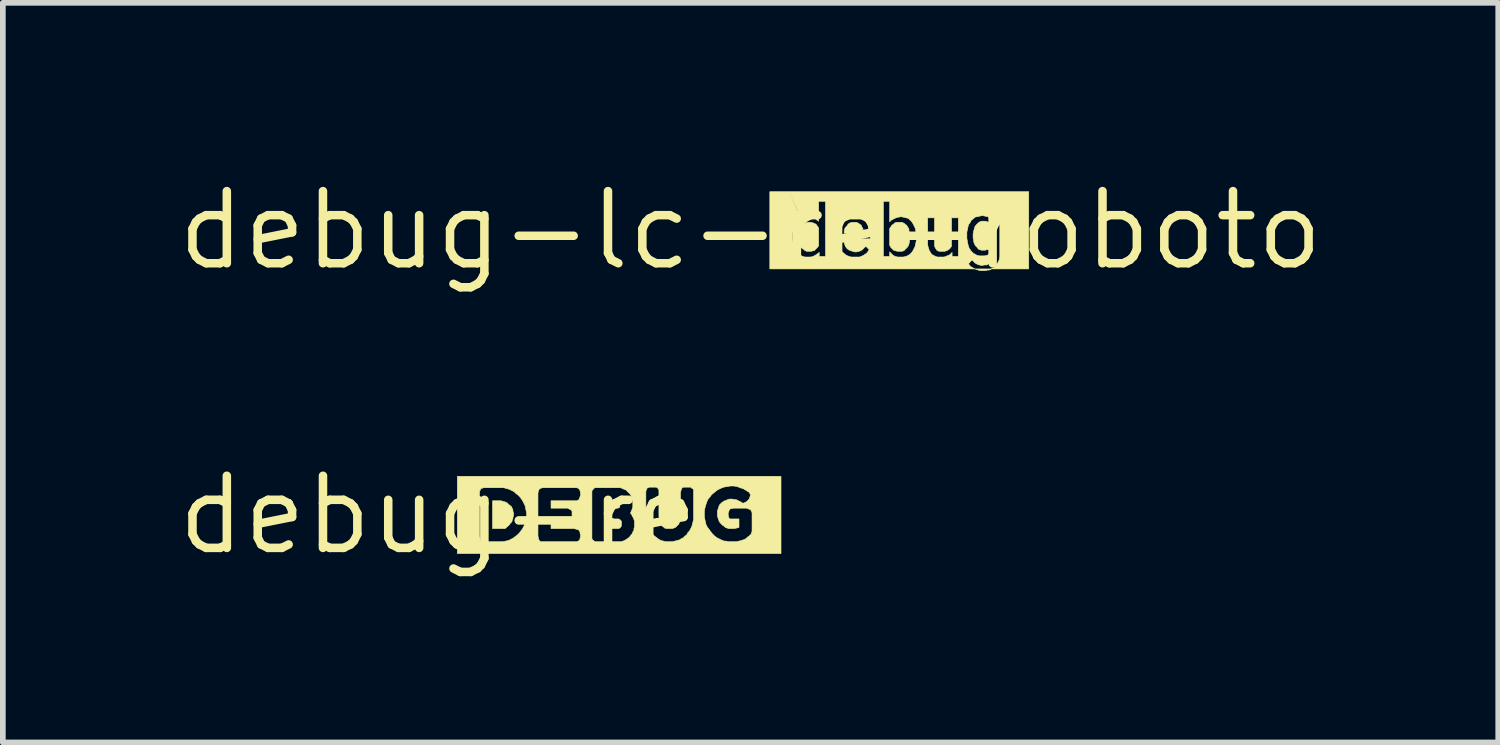
<source format=kicad_pcb>
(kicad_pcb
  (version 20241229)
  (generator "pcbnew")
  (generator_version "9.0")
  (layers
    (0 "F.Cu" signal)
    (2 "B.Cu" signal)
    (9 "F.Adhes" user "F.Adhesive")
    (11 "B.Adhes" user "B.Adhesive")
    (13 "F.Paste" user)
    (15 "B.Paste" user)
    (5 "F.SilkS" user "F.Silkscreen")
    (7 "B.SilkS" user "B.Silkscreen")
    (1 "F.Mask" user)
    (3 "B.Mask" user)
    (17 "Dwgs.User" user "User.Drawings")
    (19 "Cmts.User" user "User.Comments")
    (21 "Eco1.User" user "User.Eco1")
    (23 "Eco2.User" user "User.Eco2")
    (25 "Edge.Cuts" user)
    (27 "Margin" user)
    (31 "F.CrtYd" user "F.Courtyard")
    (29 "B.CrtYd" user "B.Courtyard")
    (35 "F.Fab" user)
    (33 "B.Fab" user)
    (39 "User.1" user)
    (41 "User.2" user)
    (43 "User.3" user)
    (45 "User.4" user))
  (footprint "debug-lc-re-roboto"
    (layer "F.Cu")
    (at 10.167 1.006)
    (property "Reference" "debug-lc-re-roboto" (at 0 0 0) (layer "F.SilkS") (effects (font (size 1.27 1.27) (thickness 0.15))))
    (attr board_only exclude_from_pos_files exclude_from_bom)
    (fp_poly (pts (xy 1.82 -0.14) (xy 1.79 -0.14) (xy 1.75 -0.13) (xy 1.72 -0.11) (xy 1.7 -0.08) (xy 1.68 -0.06) (xy 1.66 -0.03) (xy 1.65 0.01) (xy 1.65 0.05) (xy 1.98 0.05) (xy 1.98 0.01) (xy 1.98 -0.03) (xy 1.96 -0.06) (xy 1.95 -0.09) (xy 1.92 -0.11) (xy 1.89 -0.13) (xy 1.86 -0.14) (xy 1.82 -0.14)) (stroke (width 0.01) (type solid)) (fill yes) (layer "F.SilkS"))
    (fp_poly (pts (xy 0.85 0.12) (xy 0.85 0.16) (xy 0.86 0.19) (xy 0.86 0.22) (xy 0.87 0.25) (xy 0.88 0.27) (xy 0.89 0.3) (xy 0.91 0.32) (xy 0.93 0.33) (xy 0.95 0.35) (xy 0.97 0.36) (xy 0.99 0.37) (xy 1.01 0.37) (xy 1.04 0.37) (xy 1.07 0.37) (xy 1.1 0.36) (xy 1.12 0.36) (xy 1.14 0.34) (xy 1.16 0.32) (xy 1.18 0.3) (xy 1.2 0.27) (xy 1.2 -0.04) (xy 1.18 -0.07) (xy 1.16 -0.1) (xy 1.13 -0.12) (xy 1.1 -0.13) (xy 1.07 -0.14) (xy 1.03 -0.14) (xy 1 -0.14) (xy 0.97 -0.13) (xy 0.94 -0.11) (xy 0.92 -0.09) (xy 0.9 -0.07) (xy 0.88 -0.04) (xy 0.87 0) (xy 0.86 0.03) (xy 0.86 0.08) (xy 0.85 0.12)) (stroke (width 0.01) (type solid)) (fill yes) (layer "F.SilkS"))
    (fp_poly (pts (xy 2.8 0.11) (xy 2.8 0.07) (xy 2.8 0.04) (xy 2.79 0.01) (xy 2.79 -0.02) (xy 2.78 -0.04) (xy 2.76 -0.07) (xy 2.75 -0.09) (xy 2.73 -0.1) (xy 2.71 -0.12) (xy 2.69 -0.13) (xy 2.67 -0.14) (xy 2.65 -0.14) (xy 2.62 -0.14) (xy 2.59 -0.14) (xy 2.57 -0.14) (xy 2.54 -0.13) (xy 2.52 -0.11) (xy 2.49 -0.09) (xy 2.47 -0.06) (xy 2.45 -0.03) (xy 2.45 0.26) (xy 2.47 0.3) (xy 2.49 0.32) (xy 2.52 0.35) (xy 2.55 0.36) (xy 2.59 0.37) (xy 2.62 0.37) (xy 2.66 0.37) (xy 2.7 0.36) (xy 2.72 0.34) (xy 2.74 0.32) (xy 2.76 0.3) (xy 2.78 0.27) (xy 2.79 0.24) (xy 2.8 0.2) (xy 2.8 0.16) (xy 2.8 0.11)) (stroke (width 0.01) (type solid)) (fill yes) (layer "F.SilkS"))
    (fp_poly (pts (xy 3.92 0.1) (xy 3.92 0.14) (xy 3.93 0.17) (xy 3.93 0.2) (xy 3.94 0.23) (xy 3.95 0.25) (xy 3.96 0.27) (xy 3.98 0.29) (xy 4 0.31) (xy 4.01 0.33) (xy 4.04 0.34) (xy 4.06 0.35) (xy 4.08 0.35) (xy 4.11 0.35) (xy 4.14 0.35) (xy 4.16 0.34) (xy 4.19 0.34) (xy 4.21 0.32) (xy 4.23 0.3) (xy 4.25 0.28) (xy 4.27 0.25) (xy 4.27 -0.06) (xy 4.25 -0.09) (xy 4.23 -0.12) (xy 4.2 -0.14) (xy 4.17 -0.15) (xy 4.14 -0.16) (xy 4.1 -0.16) (xy 4.07 -0.16) (xy 4.04 -0.15) (xy 4.01 -0.13) (xy 3.99 -0.11) (xy 3.97 -0.09) (xy 3.95 -0.06) (xy 3.94 -0.02) (xy 3.93 0.01) (xy 3.92 0.06) (xy 3.92 0.1)) (stroke (width 0.01) (type solid)) (fill yes) (layer "F.SilkS"))
    (fp_poly (pts (xy 0.68 -0.68) (xy 0.34 -0.68) (xy 0.34 0.68) (xy 4.9 0.68) (xy 4.9 -0.68) (xy 0.68 -0.68) (xy 0.89 -0.21) (xy 0.92 -0.22) (xy 0.97 -0.23) (xy 1.01 -0.24) (xy 1.06 -0.23) (xy 1.1 -0.22) (xy 1.14 -0.21) (xy 1.17 -0.18) (xy 1.2 -0.16) (xy 1.2 -0.51) (xy 1.32 -0.51) (xy 1.32 0.46) (xy 1.56 0.31) (xy 1.55 0.28) (xy 1.54 0.25) (xy 1.53 0.22) (xy 1.53 0.19) (xy 1.52 0.15) (xy 1.52 0.1) (xy 1.53 0.07) (xy 1.53 0.03) (xy 1.54 0) (xy 1.55 -0.03) (xy 1.56 -0.07) (xy 1.58 -0.1) (xy 1.59 -0.12) (xy 1.61 -0.15) (xy 1.64 -0.17) (xy 1.66 -0.19) (xy 1.69 -0.2) (xy 1.72 -0.22) (xy 1.75 -0.23) (xy 1.78 -0.23) (xy 1.81 -0.24) (xy 1.84 -0.24) (xy 1.88 -0.23) (xy 1.91 -0.23) (xy 1.93 -0.22) (xy 1.96 -0.21) (xy 1.98 -0.19) (xy 2 -0.18) (xy 2.02 -0.16) (xy 2.04 -0.14) (xy 2.06 -0.11) (xy 2.07 -0.09) (xy 2.08 -0.06) (xy 2.09 -0.03) (xy 2.1 0.01) (xy 2.1 0.04) (xy 2.11 0.08) (xy 2.11 0.15) (xy 1.64 0.15) (xy 1.64 0.19) (xy 1.65 0.22) (xy 1.66 0.25) (xy 1.67 0.28) (xy 1.69 0.31) (xy 1.71 0.33) (xy 1.74 0.35) (xy 1.77 0.36) (xy 1.8 0.37) (xy 1.83 0.38) (xy 1.87 0.38) (xy 1.91 0.37) (xy 1.94 0.36) (xy 1.97 0.34) (xy 2 0.31) (xy 2.03 0.28) (xy 2.09 0.34) (xy 2.34 0.46) (xy 2.34 -0.51) (xy 2.45 -0.51) (xy 2.45 -0.15) (xy 2.48 -0.18) (xy 2.52 -0.2) (xy 2.56 -0.22) (xy 2.6 -0.23) (xy 2.65 -0.24) (xy 2.7 -0.23) (xy 2.74 -0.22) (xy 2.78 -0.21) (xy 2.81 -0.18) (xy 2.84 -0.15) (xy 2.86 -0.12) (xy 2.88 -0.08) (xy 2.9 -0.04) (xy 2.91 0.01) (xy 2.92 0.06) (xy 2.92 0.12) (xy 2.92 0.18) (xy 2.91 0.23) (xy 3.12 0.26) (xy 3.12 -0.22) (xy 3.24 -0.22) (xy 3.24 0.22) (xy 3.24 0.25) (xy 3.24 0.27) (xy 3.25 0.3) (xy 3.26 0.32) (xy 3.27 0.33) (xy 3.28 0.35) (xy 3.3 0.36) (xy 3.32 0.37) (xy 3.34 0.37) (xy 3.37 0.37) (xy 3.4 0.37) (xy 3.42 0.37) (xy 3.45 0.36) (xy 3.47 0.35) (xy 3.49 0.34) (xy 3.51 0.32) (xy 3.52 0.31) (xy 3.54 0.28) (xy 3.54 0.27) (xy 3.54 -0.22) (xy 3.66 -0.22) (xy 3.84 -0.1) (xy 3.87 -0.14) (xy 3.89 -0.18) (xy 3.92 -0.2) (xy 3.95 -0.23) (xy 3.99 -0.24) (xy 4.04 -0.25) (xy 4.08 -0.26) (xy 4.13 -0.25) (xy 4.18 -0.24) (xy 4.21 -0.22) (xy 4.25 -0.2) (xy 4.27 -0.17) (xy 4.28 -0.24) (xy 4.39 -0.24) (xy 4.39 0.43) (xy 4.39 0.46) (xy 4.38 0.52) (xy 4.37 0.54) (xy 4.36 0.56) (xy 4.35 0.58) (xy 4.33 0.6) (xy 4.32 0.62) (xy 4.3 0.64) (xy 4.28 0.66) (xy 4.25 0.67) (xy 4.23 0.69) (xy 4.2 0.7) (xy 4.17 0.7) (xy 4.14 0.71) (xy 4.11 0.71) (xy 4.08 0.71) (xy 4.05 0.71) (xy 4.01 0.7) (xy 3.98 0.69) (xy 3.95 0.68) (xy 3.93 0.67) (xy 3.9 0.65) (xy 3.88 0.64) (xy 3.86 0.62) (xy 3.84 0.59) (xy 3.9 0.52) (xy 3.93 0.55) (xy 3.96 0.58) (xy 4 0.6) (xy 4.03 0.61) (xy 4.07 0.62) (xy 4.12 0.61) (xy 4.16 0.61) (xy 4.19 0.59) (xy 4.21 0.58) (xy 4.23 0.56) (xy 4.24 0.54) (xy 4.26 0.51) (xy 4.26 0.49) (xy 4.27 0.46) (xy 4.27 0.37) (xy 4.24 0.4) (xy 4.2 0.42) (xy 4.17 0.44) (xy 4.12 0.45) (xy 4.08 0.45) (xy 4.03 0.45) (xy 3.99 0.44) (xy 3.95 0.42) (xy 3.92 0.4) (xy 3.89 0.37) (xy 3.86 0.33) (xy 3.84 0.29) (xy 3.83 0.25) (xy 3.82 0.2) (xy 3.81 0.14) (xy 3.81 0.09) (xy 3.81 0.03) (xy 3.82 -0.01) (xy 3.83 -0.06) (xy 3.84 -0.1) (xy 3.66 -0.22) (xy 3.66 0.46) (xy 3.55 0.46) (xy 3.55 0.39) (xy 3.53 0.41) (xy 3.51 0.43) (xy 3.49 0.44) (xy 3.46 0.45) (xy 3.44 0.46) (xy 3.41 0.47) (xy 3.38 0.47) (xy 3.34 0.47) (xy 3.32 0.47) (xy 3.29 0.47) (xy 3.26 0.46) (xy 3.24 0.45) (xy 3.22 0.44) (xy 3.2 0.43) (xy 3.18 0.41) (xy 3.17 0.39) (xy 3.15 0.36) (xy 3.14 0.33) (xy 3.13 0.3) (xy 3.12 0.26) (xy 2.91 0.23) (xy 2.9 0.28) (xy 2.88 0.32) (xy 2.86 0.36) (xy 2.84 0.39) (xy 2.81 0.42) (xy 2.78 0.44) (xy 2.76 0.45) (xy 2.74 0.46) (xy 2.69 0.47) (xy 2.64 0.47) (xy 2.59 0.47) (xy 2.55 0.46) (xy 2.51 0.44) (xy 2.48 0.41) (xy 2.45 0.38) (xy 2.45 0.46) (xy 2.34 0.46) (xy 2.09 0.34) (xy 2.07 0.37) (xy 2.05 0.4) (xy 2.02 0.42) (xy 1.99 0.44) (xy 1.95 0.46) (xy 1.92 0.47) (xy 1.88 0.47) (xy 1.84 0.47) (xy 1.8 0.47) (xy 1.77 0.47) (xy 1.74 0.46) (xy 1.71 0.45) (xy 1.69 0.44) (xy 1.66 0.42) (xy 1.64 0.4) (xy 1.61 0.38) (xy 1.59 0.36) (xy 1.58 0.34) (xy 1.56 0.31) (xy 1.32 0.46) (xy 1.21 0.46) (xy 1.21 0.39) (xy 1.17 0.42) (xy 1.14 0.44) (xy 1.1 0.46) (xy 1.06 0.47) (xy 1.01 0.47) (xy 0.96 0.47) (xy 0.92 0.46) (xy 0.88 0.44) (xy 0.85 0.42) (xy 0.82 0.39) (xy 0.79 0.35) (xy 0.77 0.31) (xy 0.76 0.26) (xy 0.75 0.22) (xy 0.74 0.16) (xy 0.74 0.11) (xy 0.74 0.06) (xy 0.75 0.01) (xy 0.76 -0.04) (xy 0.78 -0.08) (xy 0.8 -0.12) (xy 0.82 -0.15) (xy 0.85 -0.18) (xy 0.88 -0.21) (xy 0.68 -0.68)) (stroke (width 0.01) (type solid)) (fill yes) (layer "F.SilkS")))
  (footprint "debug-re"
    (layer "F.Cu")
    (at 4.664 6.019)
    (property "Reference" "debug-re" (at 0 0 0) (layer "F.SilkS") (effects (font (size 1.27 1.27) (thickness 0.15))))
    (attr board_only exclude_from_pos_files exclude_from_bom)
    (fp_poly (pts (xy 1.18 0.24) (xy 1.26 0.17) (xy 1.27 0.15) (xy 1.3 0.12) (xy 1.31 0.08) (xy 1.32 0.06) (xy 1.32 0.04) (xy 1.33 0.01) (xy 1.33 -0.01) (xy 1.33 -0.04) (xy 1.32 -0.06) (xy 1.32 -0.08) (xy 1.31 -0.11) (xy 1.3 -0.13) (xy 1.29 -0.15) (xy 1.25 -0.18) (xy 1.22 -0.21) (xy 1.2 -0.22) (xy 1.18 -0.23) (xy 1.14 -0.24) (xy 1.11 -0.25) (xy 0.96 -0.25) (xy 0.96 0.24) (xy 1.18 0.24)) (stroke (width 0.01) (type solid)) (fill yes) (layer "F.SilkS"))
    (fp_poly (pts (xy 3.23 0.16) (xy 3.23 0.13) (xy 3.23 0.11) (xy 3.22 0.1) (xy 3.21 0.09) (xy 3.2 0.08) (xy 3.18 0.07) (xy 3.15 0.07) (xy 3.1 0.07) (xy 3.08 0.06) (xy 3.07 0.06) (xy 3.05 0.05) (xy 3.05 0.04) (xy 3.04 0.02) (xy 3.04 0) (xy 3.03 -0.03) (xy 3.04 -0.06) (xy 3.05 -0.08) (xy 3.06 -0.1) (xy 3.07 -0.11) (xy 3.09 -0.11) (xy 3.12 -0.11) (xy 3.15 -0.12) (xy 3.17 -0.12) (xy 3.19 -0.13) (xy 3.2 -0.14) (xy 3.2 -0.2) (xy 3.2 -0.21) (xy 3.19 -0.23) (xy 3.19 -0.24) (xy 3.17 -0.24) (xy 3.16 -0.25) (xy 3.14 -0.25) (xy 2.94 -0.25) (xy 2.94 0.24) (xy 3.15 0.24) (xy 3.18 0.24) (xy 3.2 0.23) (xy 3.21 0.22) (xy 3.22 0.21) (xy 3.23 0.19) (xy 3.23 0.16)) (stroke (width 0.01) (type solid)) (fill yes) (layer "F.SilkS"))
    (fp_poly (pts (xy 0.68 -0.68) (xy 0.34 -0.68) (xy 0.34 0.68) (xy 6.04 0.68) (xy 6.04 -0.68) (xy 0.68 -0.68) (xy 0.76 -0.47) (xy 0.78 -0.47) (xy 0.8 -0.48) (xy 0.85 -0.48) (xy 1.09 -0.48) (xy 1.12 -0.48) (xy 1.16 -0.48) (xy 1.19 -0.47) (xy 1.23 -0.46) (xy 1.26 -0.45) (xy 1.3 -0.43) (xy 1.34 -0.41) (xy 1.37 -0.38) (xy 1.41 -0.35) (xy 1.44 -0.32) (xy 1.47 -0.28) (xy 1.49 -0.25) (xy 1.51 -0.21) (xy 1.76 -0.37) (xy 1.76 -0.39) (xy 1.77 -0.42) (xy 1.77 -0.43) (xy 1.78 -0.45) (xy 1.79 -0.46) (xy 1.81 -0.47) (xy 1.84 -0.48) (xy 1.87 -0.48) (xy 2.4 -0.48) (xy 2.44 -0.48) (xy 2.47 -0.47) (xy 2.48 -0.46) (xy 2.49 -0.45) (xy 2.5 -0.43) (xy 2.51 -0.39) (xy 2.51 -0.35) (xy 2.5 -0.32) (xy 2.49 -0.29) (xy 2.48 -0.27) (xy 2.47 -0.26) (xy 2.44 -0.25) (xy 2.4 -0.25) (xy 1.99 -0.25) (xy 1.99 -0.12) (xy 2.29 -0.12) (xy 2.3 -0.11) (xy 2.34 -0.09) (xy 2.35 -0.08) (xy 2.36 -0.06) (xy 2.36 -0.04) (xy 2.36 0) (xy 2.36 0.02) (xy 2.36 0.04) (xy 2.35 0.06) (xy 2.35 0.07) (xy 2.34 0.09) (xy 2.33 0.09) (xy 2.29 0.11) (xy 2.27 0.11) (xy 2.25 0.12) (xy 1.99 0.12) (xy 1.99 0.24) (xy 2.4 0.24) (xy 2.43 0.25) (xy 2.47 0.26) (xy 2.48 0.27) (xy 2.49 0.28) (xy 2.5 0.3) (xy 2.5 0.32) (xy 2.51 0.35) (xy 2.71 0.37) (xy 2.71 -0.41) (xy 2.71 -0.42) (xy 2.72 -0.44) (xy 2.73 -0.45) (xy 2.74 -0.46) (xy 2.75 -0.47) (xy 2.76 -0.48) (xy 2.81 -0.48) (xy 3.17 -0.48) (xy 3.21 -0.48) (xy 3.24 -0.47) (xy 3.28 -0.45) (xy 3.31 -0.44) (xy 3.33 -0.42) (xy 3.35 -0.4) (xy 3.39 -0.36) (xy 3.4 -0.33) (xy 3.41 -0.31) (xy 3.42 -0.28) (xy 3.43 -0.25) (xy 3.43 -0.23) (xy 3.43 -0.2) (xy 3.43 -0.17) (xy 3.43 -0.14) (xy 3.42 -0.11) (xy 3.41 -0.08) (xy 3.4 -0.06) (xy 3.39 -0.03) (xy 3.41 -0.01) (xy 3.42 0.02) (xy 3.44 0.05) (xy 3.45 0.08) (xy 3.46 0.11) (xy 3.67 0.1) (xy 3.66 0.03) (xy 3.66 -0.42) (xy 3.67 -0.44) (xy 3.67 -0.45) (xy 3.68 -0.47) (xy 3.7 -0.48) (xy 3.72 -0.49) (xy 3.76 -0.49) (xy 3.81 -0.49) (xy 3.84 -0.49) (xy 3.86 -0.48) (xy 3.88 -0.46) (xy 3.89 -0.43) (xy 3.89 -0.39) (xy 3.89 0.02) (xy 3.9 0.06) (xy 3.91 0.1) (xy 3.92 0.13) (xy 3.94 0.18) (xy 3.95 0.2) (xy 3.97 0.21) (xy 3.99 0.23) (xy 4.03 0.24) (xy 4.06 0.24) (xy 4.1 0.24) (xy 4.13 0.24) (xy 4.15 0.23) (xy 4.18 0.22) (xy 4.2 0.2) (xy 4.22 0.18) (xy 4.24 0.16) (xy 4.25 0.13) (xy 4.26 0.09) (xy 4.27 0.06) (xy 4.27 0.02) (xy 4.27 -0.4) (xy 4.28 -0.43) (xy 4.28 -0.44) (xy 4.3 -0.48) (xy 4.33 -0.49) (xy 4.36 -0.49) (xy 4.4 -0.49) (xy 4.43 -0.49) (xy 4.45 -0.49) (xy 4.47 -0.47) (xy 4.49 -0.46) (xy 4.5 -0.45) (xy 4.5 -0.42) (xy 4.5 -0.39) (xy 4.5 0.04) (xy 4.69 0.03) (xy 4.69 -0.02) (xy 4.69 -0.07) (xy 4.7 -0.12) (xy 4.71 -0.16) (xy 4.73 -0.22) (xy 4.75 -0.27) (xy 4.79 -0.32) (xy 4.82 -0.36) (xy 4.87 -0.4) (xy 4.92 -0.44) (xy 4.98 -0.47) (xy 5.03 -0.49) (xy 5.09 -0.5) (xy 5.15 -0.51) (xy 5.21 -0.51) (xy 5.27 -0.5) (xy 5.32 -0.48) (xy 5.38 -0.46) (xy 5.43 -0.43) (xy 5.46 -0.41) (xy 5.48 -0.4) (xy 5.49 -0.38) (xy 5.5 -0.36) (xy 5.5 -0.34) (xy 5.49 -0.31) (xy 5.48 -0.28) (xy 5.46 -0.26) (xy 5.43 -0.23) (xy 5.4 -0.22) (xy 5.39 -0.21) (xy 5.38 -0.21) (xy 5.36 -0.21) (xy 5.33 -0.23) (xy 5.27 -0.26) (xy 5.25 -0.27) (xy 5.23 -0.27) (xy 5.18 -0.28) (xy 5.13 -0.28) (xy 5.1 -0.27) (xy 5.08 -0.26) (xy 5.05 -0.25) (xy 5.03 -0.24) (xy 5 -0.22) (xy 4.98 -0.2) (xy 4.96 -0.18) (xy 4.95 -0.16) (xy 4.94 -0.13) (xy 4.93 -0.1) (xy 4.92 -0.07) (xy 4.92 -0.04) (xy 4.92 -0.01) (xy 4.92 0.02) (xy 4.93 0.05) (xy 4.94 0.08) (xy 4.95 0.11) (xy 4.97 0.14) (xy 4.99 0.16) (xy 5.01 0.18) (xy 5.04 0.2) (xy 5.06 0.22) (xy 5.09 0.23) (xy 5.12 0.24) (xy 5.16 0.24) (xy 5.21 0.24) (xy 5.26 0.23) (xy 5.3 0.22) (xy 5.3 0.07) (xy 5.19 0.07) (xy 5.16 0.07) (xy 5.14 0.07) (xy 5.13 0.06) (xy 5.12 0.05) (xy 5.12 0.04) (xy 5.11 0.01) (xy 5.11 -0.04) (xy 5.12 -0.06) (xy 5.13 -0.09) (xy 5.14 -0.1) (xy 5.15 -0.11) (xy 5.17 -0.11) (xy 5.2 -0.12) (xy 5.43 -0.12) (xy 5.46 -0.11) (xy 5.48 -0.1) (xy 5.5 -0.1) (xy 5.51 -0.08) (xy 5.52 -0.07) (xy 5.52 -0.06) (xy 5.53 -0.04) (xy 5.53 -0.02) (xy 5.53 0.29) (xy 5.52 0.31) (xy 5.52 0.33) (xy 5.5 0.35) (xy 5.48 0.37) (xy 5.45 0.39) (xy 5.43 0.41) (xy 5.4 0.43) (xy 5.37 0.44) (xy 5.34 0.45) (xy 5.3 0.46) (xy 5.26 0.47) (xy 5.22 0.47) (xy 5.18 0.47) (xy 5.14 0.47) (xy 5.11 0.47) (xy 5.07 0.46) (xy 5.04 0.46) (xy 4.99 0.44) (xy 4.95 0.42) (xy 4.91 0.4) (xy 4.87 0.37) (xy 4.83 0.33) (xy 4.8 0.29) (xy 4.77 0.25) (xy 4.74 0.21) (xy 4.72 0.17) (xy 4.71 0.13) (xy 4.7 0.08) (xy 4.69 0.03) (xy 4.5 0.04) (xy 4.5 0.08) (xy 4.49 0.12) (xy 4.48 0.16) (xy 4.47 0.2) (xy 4.45 0.24) (xy 4.43 0.28) (xy 4.4 0.31) (xy 4.38 0.35) (xy 4.35 0.37) (xy 4.32 0.4) (xy 4.28 0.42) (xy 4.25 0.44) (xy 4.21 0.45) (xy 4.17 0.46) (xy 4.13 0.47) (xy 4.09 0.47) (xy 4.05 0.47) (xy 4.01 0.47) (xy 3.97 0.46) (xy 3.93 0.45) (xy 3.89 0.43) (xy 3.85 0.4) (xy 3.81 0.37) (xy 3.78 0.34) (xy 3.75 0.3) (xy 3.72 0.26) (xy 3.7 0.21) (xy 3.68 0.16) (xy 3.68 0.13) (xy 3.67 0.1) (xy 3.46 0.11) (xy 3.46 0.14) (xy 3.46 0.18) (xy 3.46 0.21) (xy 3.45 0.24) (xy 3.45 0.27) (xy 3.43 0.3) (xy 3.42 0.33) (xy 3.4 0.35) (xy 3.38 0.38) (xy 3.36 0.4) (xy 3.33 0.42) (xy 3.3 0.44) (xy 3.26 0.46) (xy 3.22 0.47) (xy 3.17 0.47) (xy 2.8 0.47) (xy 2.77 0.47) (xy 2.75 0.46) (xy 2.74 0.45) (xy 2.72 0.44) (xy 2.72 0.43) (xy 2.71 0.42) (xy 2.71 0.37) (xy 2.51 0.35) (xy 2.51 0.38) (xy 2.5 0.41) (xy 2.5 0.43) (xy 2.48 0.45) (xy 2.48 0.46) (xy 2.47 0.46) (xy 2.44 0.47) (xy 2.4 0.47) (xy 1.86 0.47) (xy 1.83 0.47) (xy 1.81 0.47) (xy 1.79 0.46) (xy 1.78 0.44) (xy 1.77 0.43) (xy 1.77 0.42) (xy 1.76 0.37) (xy 1.76 -0.37) (xy 1.51 -0.21) (xy 1.53 -0.17) (xy 1.54 -0.13) (xy 1.55 -0.08) (xy 1.56 -0.03) (xy 1.56 0.02) (xy 1.55 0.07) (xy 1.54 0.11) (xy 1.53 0.16) (xy 1.51 0.2) (xy 1.49 0.24) (xy 1.46 0.28) (xy 1.43 0.32) (xy 1.4 0.35) (xy 1.36 0.38) (xy 1.32 0.41) (xy 1.28 0.43) (xy 1.24 0.45) (xy 1.19 0.46) (xy 1.14 0.47) (xy 1.09 0.47) (xy 0.84 0.47) (xy 0.82 0.47) (xy 0.79 0.47) (xy 0.77 0.46) (xy 0.75 0.45) (xy 0.74 0.44) (xy 0.74 0.41) (xy 0.73 0.37) (xy 0.73 -0.42) (xy 0.74 -0.43) (xy 0.75 -0.45) (xy 0.75 -0.46) (xy 0.76 -0.47) (xy 0.68 -0.68)) (stroke (width 0.01) (type solid)) (fill yes) (layer "F.SilkS")))
  (gr_rect
    (start -3 -3)
    (end 23.335 10.025)
    (stroke (width 0.1) (type default))
    (fill no)
    (layer "Edge.Cuts")))
</source>
